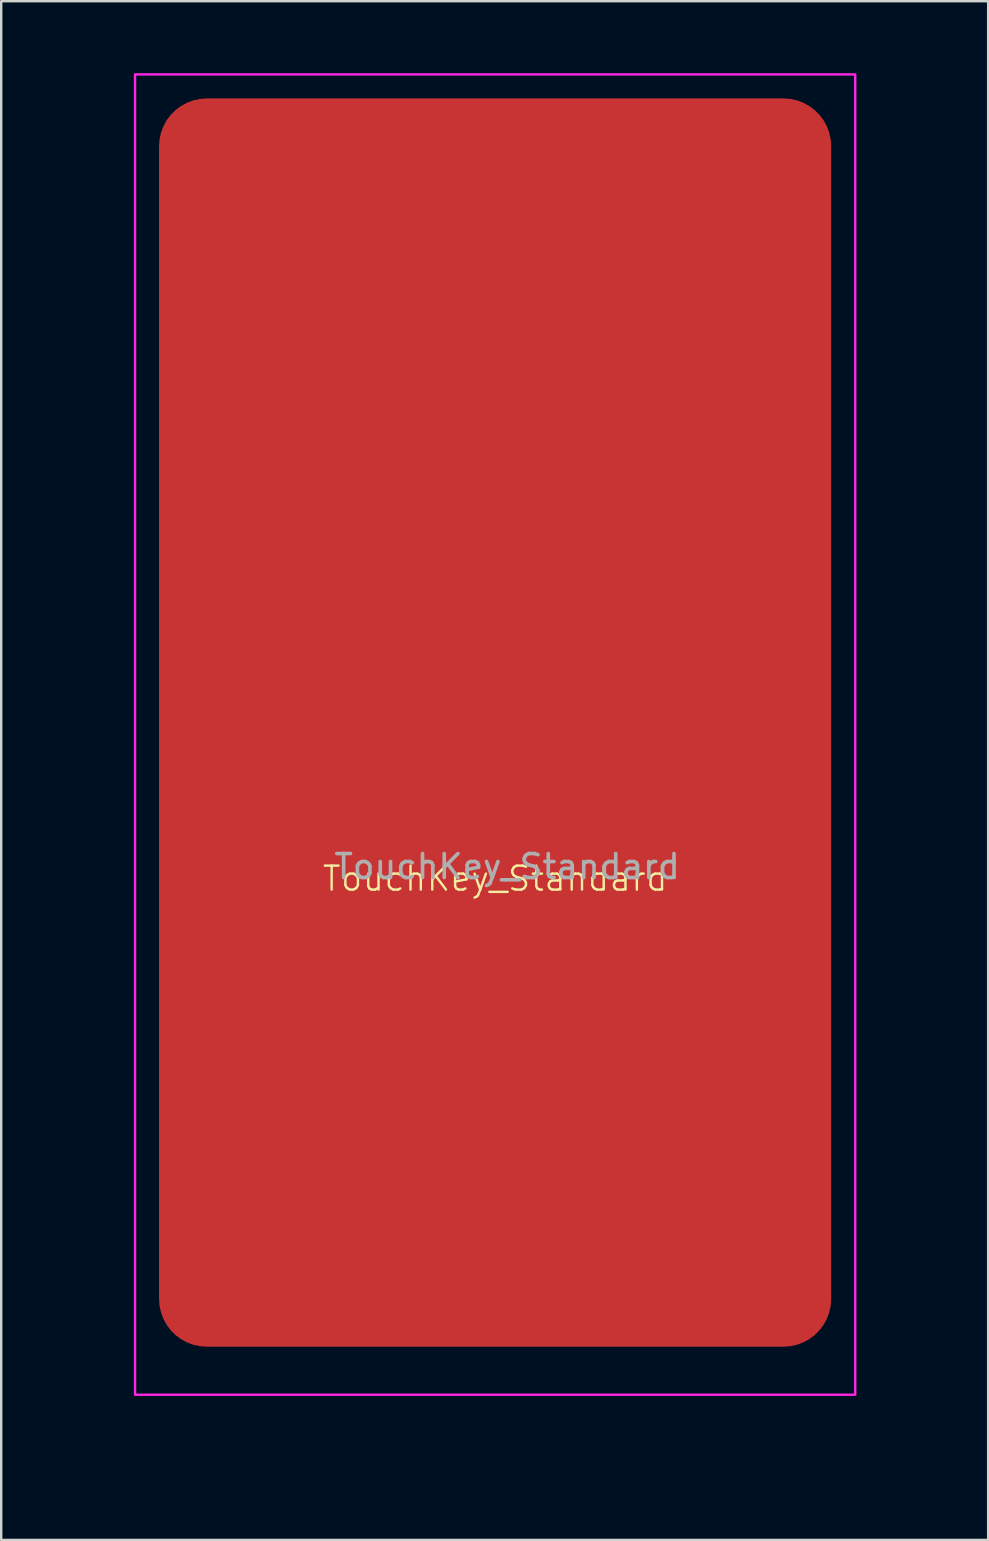
<source format=kicad_pcb>
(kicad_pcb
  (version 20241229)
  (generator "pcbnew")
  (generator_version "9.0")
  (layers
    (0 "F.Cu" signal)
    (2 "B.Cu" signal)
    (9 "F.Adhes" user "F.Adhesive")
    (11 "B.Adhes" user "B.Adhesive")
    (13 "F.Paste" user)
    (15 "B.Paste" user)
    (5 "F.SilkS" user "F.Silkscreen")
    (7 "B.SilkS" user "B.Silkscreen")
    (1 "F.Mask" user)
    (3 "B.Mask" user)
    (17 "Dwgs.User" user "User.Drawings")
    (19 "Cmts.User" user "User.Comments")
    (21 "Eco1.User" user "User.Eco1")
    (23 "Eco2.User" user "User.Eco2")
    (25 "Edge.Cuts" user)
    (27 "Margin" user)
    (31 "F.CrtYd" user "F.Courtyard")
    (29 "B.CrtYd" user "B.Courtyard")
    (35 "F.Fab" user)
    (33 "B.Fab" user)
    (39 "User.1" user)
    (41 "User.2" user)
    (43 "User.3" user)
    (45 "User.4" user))
  (footprint "TouchKey_Standard"
    (layer "F.Cu")
    (at 17.575 27.05)
    (property "Reference" "TouchKey_Standard" (at 0 6.5 0) (unlocked yes) (layer "F.SilkS") (effects (font (size 1 1) (thickness 0.1))))
    (attr smd)
    (fp_rect (start -15 -27) (end 15 28) (stroke (width 0.1) (type default)) (fill no) (layer "F.CrtYd"))
    (fp_rect (start -17.525 26) (end -12.5 31) (stroke (width 0.1) (type default)) (fill no) (layer "User.1"))
    (fp_rect (start -13 -26) (end 13 26) (stroke (width 0.1) (type default)) (fill no) (layer "User.1"))
    (fp_rect (start -8.051 26) (end -3.025 31) (stroke (width 0.1) (type default)) (fill no) (layer "User.1"))
    (fp_rect (start 2.975 26) (end 8 31) (stroke (width 0.1) (type default)) (fill no) (layer "User.1"))
    (fp_rect (start 12.462 26) (end 17.487 31) (stroke (width 0.1) (type default)) (fill no) (layer "User.1"))
    (fp_text user "${REFERENCE}" (at 0.5 6 0) (unlocked yes) (layer "F.Fab") (effects (font (size 1 1) (thickness 0.15))))
    (pad "1" smd roundrect (at 0 0) (size 28 52) (layers "F.Cu") (roundrect_rratio 0.071)))
  (gr_rect
    (start -3 -3)
    (end 38.113 61.1)
    (stroke (width 0.1) (type default))
    (fill no)
    (layer "Edge.Cuts")))
</source>
